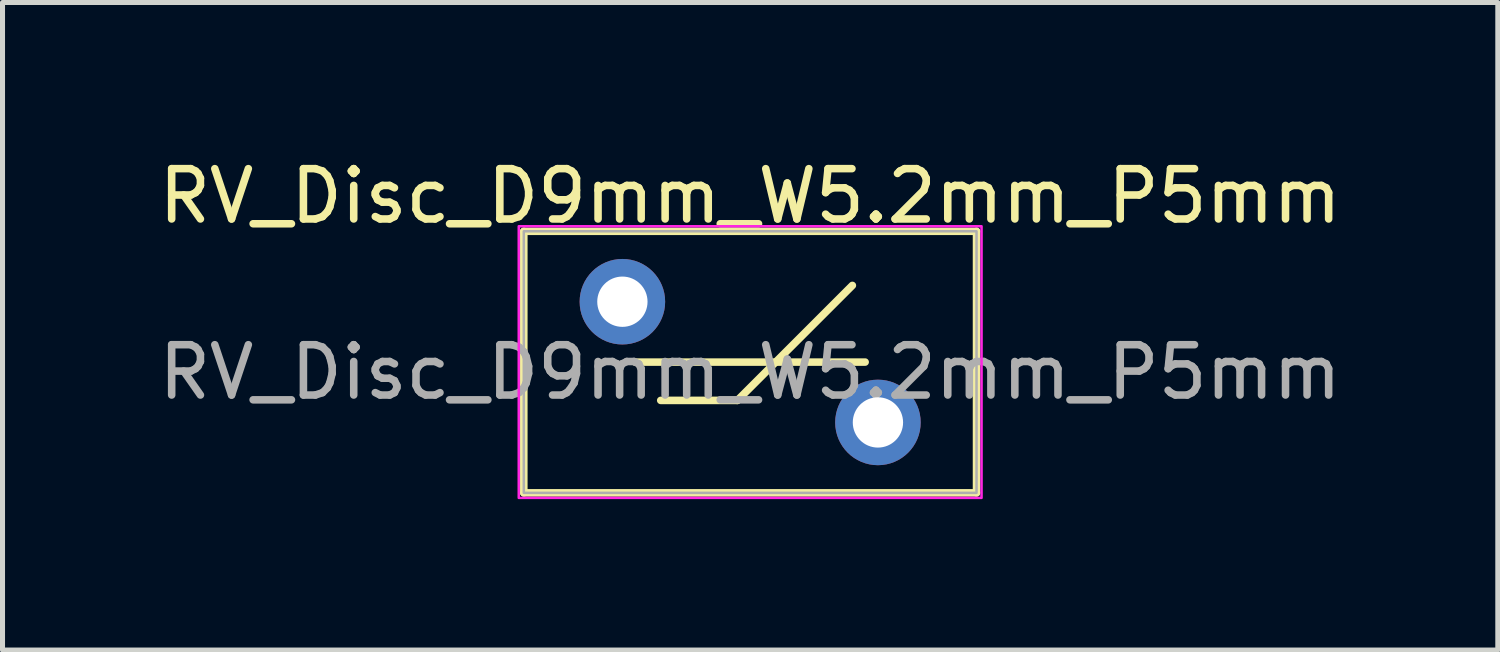
<source format=kicad_pcb>
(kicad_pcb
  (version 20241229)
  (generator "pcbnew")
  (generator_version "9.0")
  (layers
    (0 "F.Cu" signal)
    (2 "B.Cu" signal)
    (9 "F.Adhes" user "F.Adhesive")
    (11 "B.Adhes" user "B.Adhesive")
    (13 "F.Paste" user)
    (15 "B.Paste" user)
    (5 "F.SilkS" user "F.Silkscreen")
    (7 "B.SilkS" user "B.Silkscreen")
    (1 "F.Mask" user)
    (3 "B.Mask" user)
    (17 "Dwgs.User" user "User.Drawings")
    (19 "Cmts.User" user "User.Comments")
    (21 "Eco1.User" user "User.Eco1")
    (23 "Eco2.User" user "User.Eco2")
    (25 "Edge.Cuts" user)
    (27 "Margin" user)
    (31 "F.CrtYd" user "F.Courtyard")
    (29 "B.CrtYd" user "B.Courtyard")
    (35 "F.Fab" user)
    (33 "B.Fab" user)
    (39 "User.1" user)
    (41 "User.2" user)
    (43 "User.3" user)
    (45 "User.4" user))
  (footprint "RV_Disc_D9mm_W5.2mm_P5mm"
    (layer "F.Cu")
    (at 11.863 4.148)
    (property "Reference" "RV_Disc_D9mm_W5.2mm_P5mm" (at 0 -3.3 0) (layer "F.SilkS") (effects (font (size 1 1) (thickness 0.15))))
    (attr through_hole)
    (fp_line (start -4.5 -2.6) (end 4.5 -2.6) (stroke (width 0.15) (type solid)) (layer "F.SilkS"))
    (fp_line (start -4.5 2.6) (end -4.5 -2.6) (stroke (width 0.15) (type solid)) (layer "F.SilkS"))
    (fp_line (start -4.5 2.6) (end 4.5 2.6) (stroke (width 0.15) (type solid)) (layer "F.SilkS"))
    (fp_line (start -2.286 0) (end 2.286 0) (stroke (width 0.15) (type solid)) (layer "F.SilkS"))
    (fp_line (start -1.778 0.762) (end -0.254 0.762) (stroke (width 0.15) (type solid)) (layer "F.SilkS"))
    (fp_line (start -0.254 0.762) (end 2.032 -1.524) (stroke (width 0.15) (type solid)) (layer "F.SilkS"))
    (fp_line (start 4.5 2.6) (end 4.5 -2.6) (stroke (width 0.15) (type solid)) (layer "F.SilkS"))
    (fp_rect (start 4.6 -2.7) (end -4.6 2.7) (stroke (width 0.05) (type solid)) (fill no) (layer "F.CrtYd"))
    (fp_rect (start 4.5 -2.6) (end -4.5 2.6) (stroke (width 0.05) (type solid)) (fill no) (layer "F.Fab"))
    (fp_text user "${REFERENCE}" (at 0 0.2 0) (layer "F.Fab") (effects (font (size 1 1) (thickness 0.15))))
    (pad "1" thru_hole circle (at -2.54 -1.2) (size 1.7 1.7) (drill 1) (layers "*.Cu" "*.Paste" "*.Mask"))
    (pad "2" thru_hole circle (at 2.54 1.2) (size 1.7 1.7) (drill 1) (layers "*.Cu" "*.Paste" "*.Mask")))
  (gr_rect
    (start -3 -3)
    (end 26.726 9.873)
    (stroke (width 0.1) (type default))
    (fill no)
    (layer "Edge.Cuts")))
</source>
